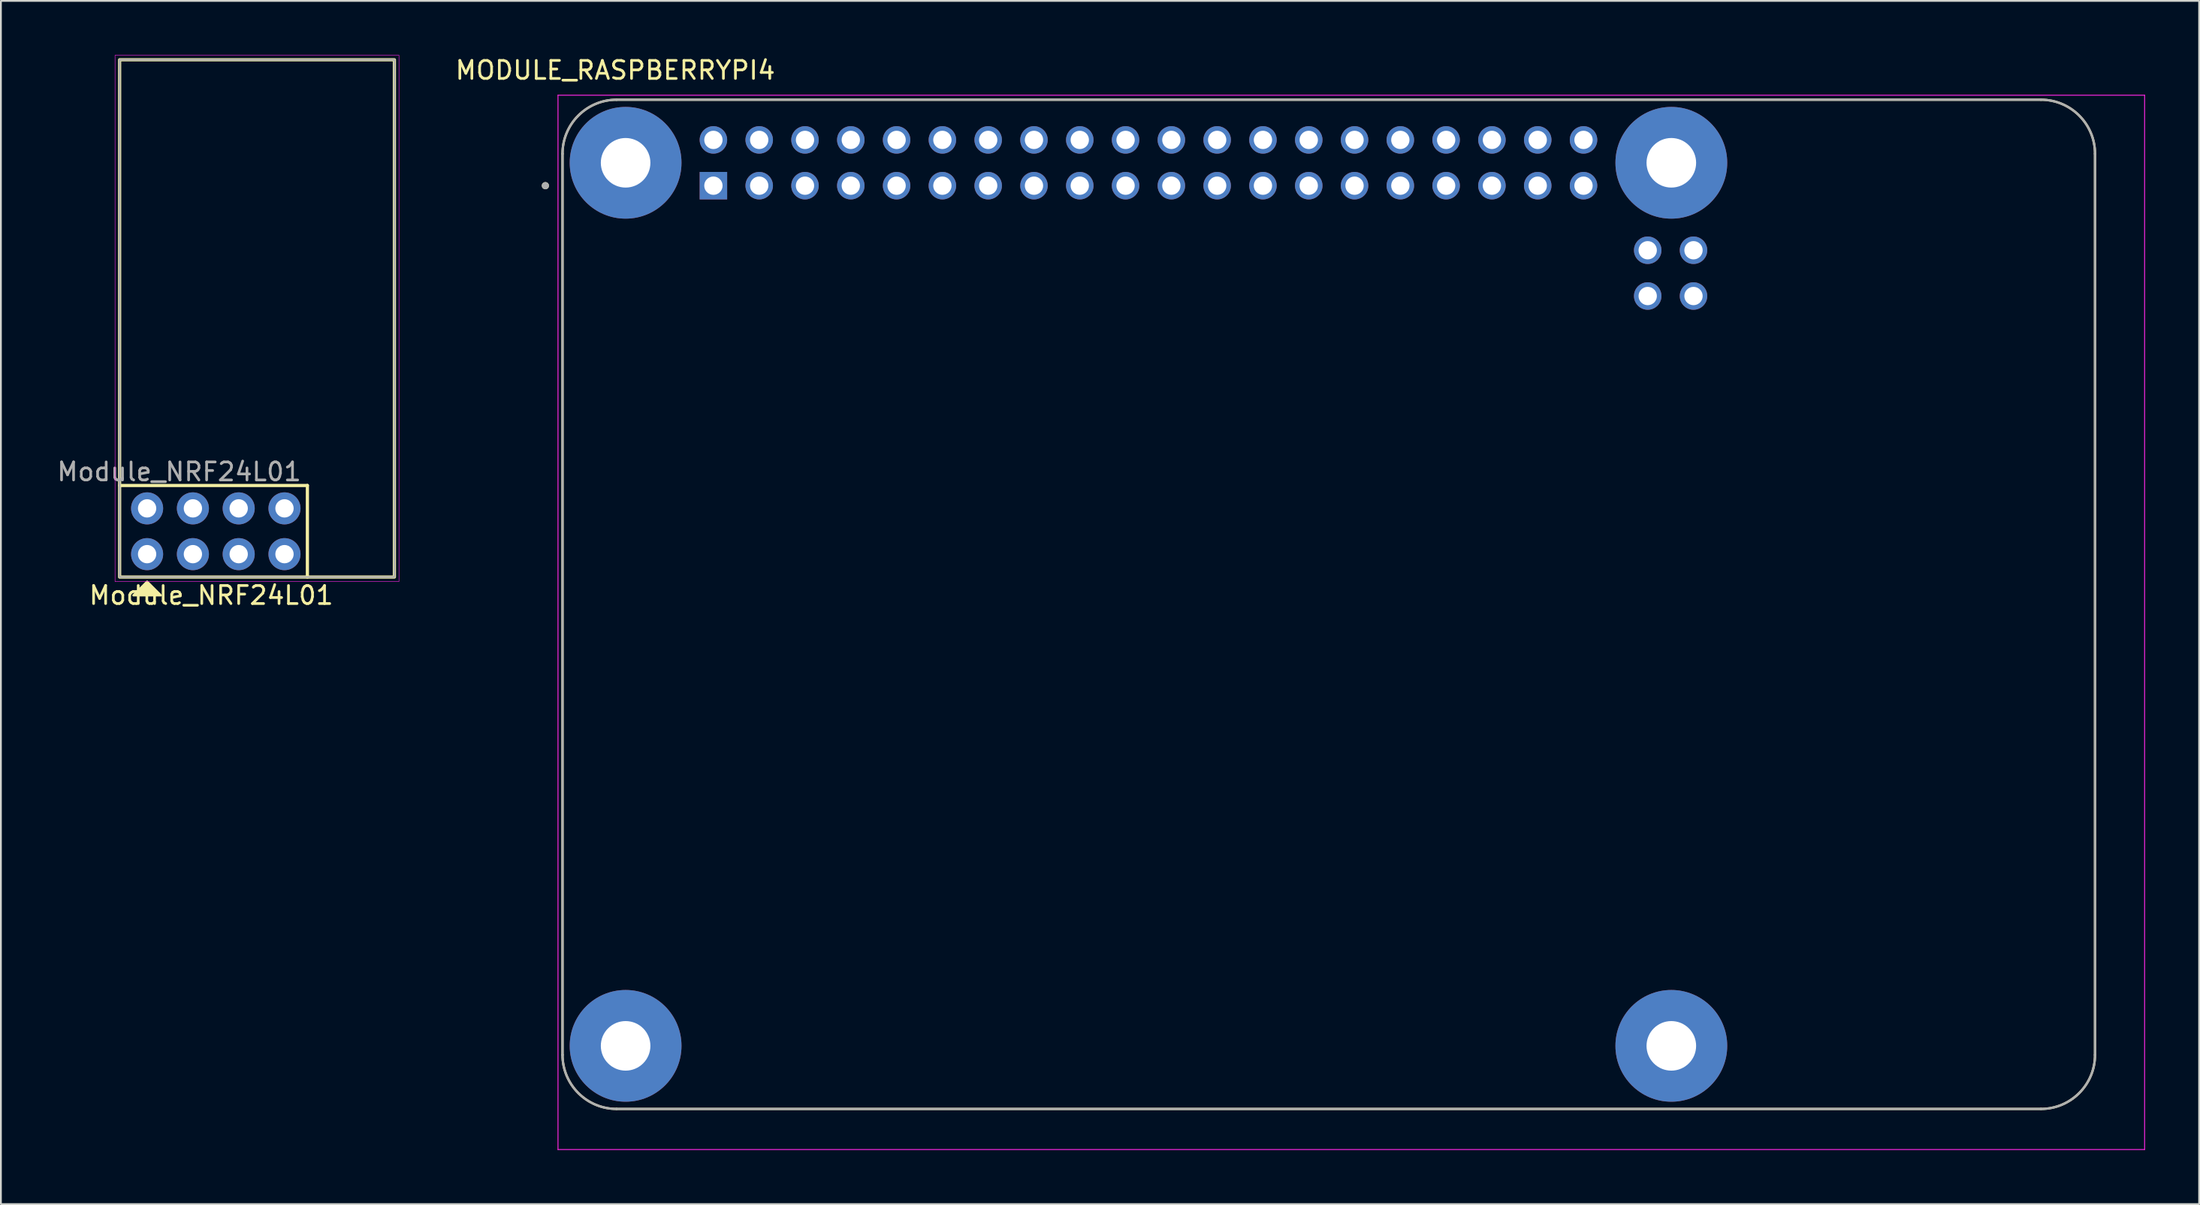
<source format=kicad_pcb>
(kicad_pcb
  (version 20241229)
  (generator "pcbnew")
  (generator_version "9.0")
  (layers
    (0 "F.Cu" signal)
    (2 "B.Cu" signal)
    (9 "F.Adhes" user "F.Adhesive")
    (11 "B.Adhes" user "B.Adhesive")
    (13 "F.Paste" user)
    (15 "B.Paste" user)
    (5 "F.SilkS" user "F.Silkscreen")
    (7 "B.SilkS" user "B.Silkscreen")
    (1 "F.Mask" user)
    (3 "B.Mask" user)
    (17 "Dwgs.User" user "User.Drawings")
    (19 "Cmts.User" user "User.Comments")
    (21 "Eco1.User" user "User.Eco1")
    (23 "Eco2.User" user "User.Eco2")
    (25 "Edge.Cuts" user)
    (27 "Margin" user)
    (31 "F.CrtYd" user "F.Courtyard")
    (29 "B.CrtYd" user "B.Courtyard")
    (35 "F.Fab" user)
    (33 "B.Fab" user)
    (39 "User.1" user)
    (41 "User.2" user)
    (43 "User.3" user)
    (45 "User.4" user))
  (footprint "MODULE_RASPBERRYPI4"
    (layer "F.Cu")
    (at 70.649 30.483)
    (property "Reference" "MODULE_RASPBERRYPI4" (at -39.575 -29.635 0) (layer "F.SilkS") (effects (font (size 1 1) (thickness 0.15))))
    (attr through_hole)
    (fp_line (start -42.5 -25) (end -42.5 25) (stroke (width 0.127) (type solid)) (layer "F.SilkS"))
    (fp_line (start -39.5 28) (end 39.5 28) (stroke (width 0.127) (type solid)) (layer "F.SilkS"))
    (fp_line (start 39.5 -28) (end -39.5 -28) (stroke (width 0.127) (type solid)) (layer "F.SilkS"))
    (fp_line (start 42.5 25) (end 42.5 -25) (stroke (width 0.127) (type solid)) (layer "F.SilkS"))
    (fp_arc (start -42.5 -25) (mid -41.62132 -27.12132) (end -39.5 -28) (stroke (width 0.127) (type solid)) (layer "F.SilkS"))
    (fp_arc (start -39.5 28) (mid -41.62132 27.12132) (end -42.5 25) (stroke (width 0.127) (type solid)) (layer "F.SilkS"))
    (fp_arc (start 39.5 -28) (mid 41.62132 -27.12132) (end 42.5 -25) (stroke (width 0.127) (type solid)) (layer "F.SilkS"))
    (fp_arc (start 42.5 25) (mid 41.62132 27.12132) (end 39.5 28) (stroke (width 0.127) (type solid)) (layer "F.SilkS"))
    (fp_circle (center -43.45 -23.23) (end -43.35 -23.23) (stroke (width 0.2) (type solid)) (fill no) (layer "F.SilkS"))
    (fp_line (start -42.75 -28.25) (end 45.25 -28.25) (stroke (width 0.05) (type solid)) (layer "F.CrtYd"))
    (fp_line (start -42.75 30.255) (end -42.75 -28.25) (stroke (width 0.05) (type solid)) (layer "F.CrtYd"))
    (fp_line (start 45.25 -28.25) (end 45.25 30.255) (stroke (width 0.05) (type solid)) (layer "F.CrtYd"))
    (fp_line (start 45.25 30.255) (end -42.75 30.255) (stroke (width 0.05) (type solid)) (layer "F.CrtYd"))
    (fp_line (start -42.5 -25) (end -42.5 25) (stroke (width 0.127) (type solid)) (layer "F.Fab"))
    (fp_line (start -39.5 28) (end 39.5 28) (stroke (width 0.127) (type solid)) (layer "F.Fab"))
    (fp_line (start 39.5 -28) (end -39.5 -28) (stroke (width 0.127) (type solid)) (layer "F.Fab"))
    (fp_line (start 42.5 25) (end 42.5 -25) (stroke (width 0.127) (type solid)) (layer "F.Fab"))
    (fp_arc (start -42.5 -25) (mid -41.62132 -27.12132) (end -39.5 -28) (stroke (width 0.127) (type solid)) (layer "F.Fab"))
    (fp_arc (start -39.5 28) (mid -41.62132 27.12132) (end -42.5 25) (stroke (width 0.127) (type solid)) (layer "F.Fab"))
    (fp_arc (start 39.5 -28) (mid 41.62132 -27.12132) (end 42.5 -25) (stroke (width 0.127) (type solid)) (layer "F.Fab"))
    (fp_arc (start 42.5 25) (mid 41.62132 27.12132) (end 39.5 28) (stroke (width 0.127) (type solid)) (layer "F.Fab"))
    (fp_circle (center -43.45 -23.23) (end -43.35 -23.23) (stroke (width 0.2) (type solid)) (fill no) (layer "F.Fab"))
    (pad "1" thru_hole rect (at -34.13 -23.23) (size 1.524 1.524) (drill 1.016) (layers "*.Cu" "*.Mask"))
    (pad "2" thru_hole circle (at -34.13 -25.77) (size 1.524 1.524) (drill 1.016) (layers "*.Cu" "*.Mask"))
    (pad "3" thru_hole circle (at -31.59 -23.23) (size 1.524 1.524) (drill 1.016) (layers "*.Cu" "*.Mask"))
    (pad "4" thru_hole circle (at -31.59 -25.77) (size 1.524 1.524) (drill 1.016) (layers "*.Cu" "*.Mask"))
    (pad "5" thru_hole circle (at -29.05 -23.23) (size 1.524 1.524) (drill 1.016) (layers "*.Cu" "*.Mask"))
    (pad "6" thru_hole circle (at -29.05 -25.77) (size 1.524 1.524) (drill 1.016) (layers "*.Cu" "*.Mask"))
    (pad "7" thru_hole circle (at -26.51 -23.23) (size 1.524 1.524) (drill 1.016) (layers "*.Cu" "*.Mask"))
    (pad "8" thru_hole circle (at -26.51 -25.77) (size 1.524 1.524) (drill 1.016) (layers "*.Cu" "*.Mask"))
    (pad "9" thru_hole circle (at -23.97 -23.23) (size 1.524 1.524) (drill 1.016) (layers "*.Cu" "*.Mask"))
    (pad "10" thru_hole circle (at -23.97 -25.77) (size 1.524 1.524) (drill 1.016) (layers "*.Cu" "*.Mask"))
    (pad "11" thru_hole circle (at -21.43 -23.23) (size 1.524 1.524) (drill 1.016) (layers "*.Cu" "*.Mask"))
    (pad "12" thru_hole circle (at -21.43 -25.77) (size 1.524 1.524) (drill 1.016) (layers "*.Cu" "*.Mask"))
    (pad "13" thru_hole circle (at -18.89 -23.23) (size 1.524 1.524) (drill 1.016) (layers "*.Cu" "*.Mask"))
    (pad "14" thru_hole circle (at -18.89 -25.77) (size 1.524 1.524) (drill 1.016) (layers "*.Cu" "*.Mask"))
    (pad "15" thru_hole circle (at -16.35 -23.23) (size 1.524 1.524) (drill 1.016) (layers "*.Cu" "*.Mask"))
    (pad "16" thru_hole circle (at -16.35 -25.77) (size 1.524 1.524) (drill 1.016) (layers "*.Cu" "*.Mask"))
    (pad "17" thru_hole circle (at -13.81 -23.23) (size 1.524 1.524) (drill 1.016) (layers "*.Cu" "*.Mask"))
    (pad "18" thru_hole circle (at -13.81 -25.77) (size 1.524 1.524) (drill 1.016) (layers "*.Cu" "*.Mask"))
    (pad "19" thru_hole circle (at -11.27 -23.23) (size 1.524 1.524) (drill 1.016) (layers "*.Cu" "*.Mask"))
    (pad "20" thru_hole circle (at -11.27 -25.77) (size 1.524 1.524) (drill 1.016) (layers "*.Cu" "*.Mask"))
    (pad "21" thru_hole circle (at -8.73 -23.23) (size 1.524 1.524) (drill 1.016) (layers "*.Cu" "*.Mask"))
    (pad "22" thru_hole circle (at -8.73 -25.77) (size 1.524 1.524) (drill 1.016) (layers "*.Cu" "*.Mask"))
    (pad "23" thru_hole circle (at -6.19 -23.23) (size 1.524 1.524) (drill 1.016) (layers "*.Cu" "*.Mask"))
    (pad "24" thru_hole circle (at -6.19 -25.77) (size 1.524 1.524) (drill 1.016) (layers "*.Cu" "*.Mask"))
    (pad "25" thru_hole circle (at -3.65 -23.23) (size 1.524 1.524) (drill 1.016) (layers "*.Cu" "*.Mask"))
    (pad "26" thru_hole circle (at -3.65 -25.77) (size 1.524 1.524) (drill 1.016) (layers "*.Cu" "*.Mask"))
    (pad "27" thru_hole circle (at -1.11 -23.23) (size 1.524 1.524) (drill 1.016) (layers "*.Cu" "*.Mask"))
    (pad "28" thru_hole circle (at -1.11 -25.77) (size 1.524 1.524) (drill 1.016) (layers "*.Cu" "*.Mask"))
    (pad "29" thru_hole circle (at 1.43 -23.23) (size 1.524 1.524) (drill 1.016) (layers "*.Cu" "*.Mask"))
    (pad "30" thru_hole circle (at 1.43 -25.77) (size 1.524 1.524) (drill 1.016) (layers "*.Cu" "*.Mask"))
    (pad "31" thru_hole circle (at 3.97 -23.23) (size 1.524 1.524) (drill 1.016) (layers "*.Cu" "*.Mask"))
    (pad "32" thru_hole circle (at 3.97 -25.77) (size 1.524 1.524) (drill 1.016) (layers "*.Cu" "*.Mask"))
    (pad "33" thru_hole circle (at 6.51 -23.23) (size 1.524 1.524) (drill 1.016) (layers "*.Cu" "*.Mask"))
    (pad "34" thru_hole circle (at 6.51 -25.77) (size 1.524 1.524) (drill 1.016) (layers "*.Cu" "*.Mask"))
    (pad "35" thru_hole circle (at 9.05 -23.23) (size 1.524 1.524) (drill 1.016) (layers "*.Cu" "*.Mask"))
    (pad "36" thru_hole circle (at 9.05 -25.77) (size 1.524 1.524) (drill 1.016) (layers "*.Cu" "*.Mask"))
    (pad "37" thru_hole circle (at 11.59 -23.23) (size 1.524 1.524) (drill 1.016) (layers "*.Cu" "*.Mask"))
    (pad "38" thru_hole circle (at 11.59 -25.77) (size 1.524 1.524) (drill 1.016) (layers "*.Cu" "*.Mask"))
    (pad "39" thru_hole circle (at 14.13 -23.23) (size 1.524 1.524) (drill 1.016) (layers "*.Cu" "*.Mask"))
    (pad "40" thru_hole circle (at 14.13 -25.77) (size 1.524 1.524) (drill 1.016) (layers "*.Cu" "*.Mask"))
    (pad "41" thru_hole circle (at 20.23 -17.107) (size 1.524 1.524) (drill 1.016) (layers "*.Cu" "*.Mask"))
    (pad "42" thru_hole circle (at 20.23 -19.647) (size 1.524 1.524) (drill 1.016) (layers "*.Cu" "*.Mask"))
    (pad "43" thru_hole circle (at 17.69 -17.107) (size 1.524 1.524) (drill 1.016) (layers "*.Cu" "*.Mask"))
    (pad "44" thru_hole circle (at 17.69 -19.647) (size 1.524 1.524) (drill 1.016) (layers "*.Cu" "*.Mask"))
    (pad "SH" thru_hole circle (at -39 -24.5) (size 6.2 6.2) (drill 2.75) (layers "*.Cu" "*.Mask"))
    (pad "SH" thru_hole circle (at -39 24.5) (size 6.2 6.2) (drill 2.75) (layers "*.Cu" "*.Mask"))
    (pad "SH" thru_hole circle (at 19 -24.5) (size 6.2 6.2) (drill 2.75) (layers "*.Cu" "*.Mask"))
    (pad "SH" thru_hole circle (at 19 24.5) (size 6.2 6.2) (drill 2.75) (layers "*.Cu" "*.Mask")))
  (footprint "Module_NRF24L01"
    (layer "F.Cu")
    (at 5.109 27.699)
    (property "Reference" "Module_NRF24L01" (at 3.556 2.286 0) (unlocked yes) (layer "F.SilkS") (effects (font (size 1 1) (thickness 0.15))))
    (attr through_hole)
    (fp_line (start -1.524 -3.81) (end 8.89 -3.81) (stroke (width 0.178) (type solid)) (layer "F.SilkS"))
    (fp_line (start 8.89 -3.81) (end 8.89 1.27) (stroke (width 0.178) (type solid)) (layer "F.SilkS"))
    (fp_rect (start -1.524 1.27) (end 13.716 -27.432) (stroke (width 0.178) (type solid)) (fill no) (layer "F.SilkS"))
    (fp_poly (pts (xy 0.762 2.286) (xy -0.762 2.286) (xy 0 1.524)) (stroke (width 0.12) (type solid)) (fill yes) (layer "F.SilkS"))
    (fp_rect (start -1.778 -27.686) (end 13.97 1.524) (stroke (width 0.025) (type solid)) (fill no) (layer "F.CrtYd"))
    (fp_rect (start -1.524 1.27) (end 13.716 -27.432) (stroke (width 0.1) (type solid)) (fill no) (layer "F.Fab"))
    (fp_text user "${REFERENCE}" (at 1.778 -4.572 0) (unlocked yes) (layer "F.Fab") (effects (font (size 1 1) (thickness 0.15))))
    (pad "1" thru_hole circle (at 0 0) (size 1.778 1.778) (drill 1.016) (layers "*.Cu" "*.Mask"))
    (pad "2" thru_hole circle (at 0 -2.54) (size 1.778 1.778) (drill 1.016) (layers "*.Cu" "*.Mask"))
    (pad "3" thru_hole circle (at 2.54 0) (size 1.778 1.778) (drill 1.016) (layers "*.Cu" "*.Mask"))
    (pad "4" thru_hole circle (at 2.54 -2.54) (size 1.778 1.778) (drill 1.016) (layers "*.Cu" "*.Mask"))
    (pad "5" thru_hole circle (at 5.08 0) (size 1.778 1.778) (drill 1.016) (layers "*.Cu" "*.Mask"))
    (pad "6" thru_hole circle (at 5.08 -2.54) (size 1.778 1.778) (drill 1.016) (layers "*.Cu" "*.Mask"))
    (pad "7" thru_hole circle (at 7.62 0) (size 1.778 1.778) (drill 1.016) (layers "*.Cu" "*.Mask"))
    (pad "8" thru_hole circle (at 7.62 -2.54) (size 1.778 1.778) (drill 1.016) (layers "*.Cu" "*.Mask")))
  (gr_rect
    (start -3 -3)
    (end 118.924 63.763)
    (stroke (width 0.1) (type default))
    (fill no)
    (layer "Edge.Cuts")))
</source>
